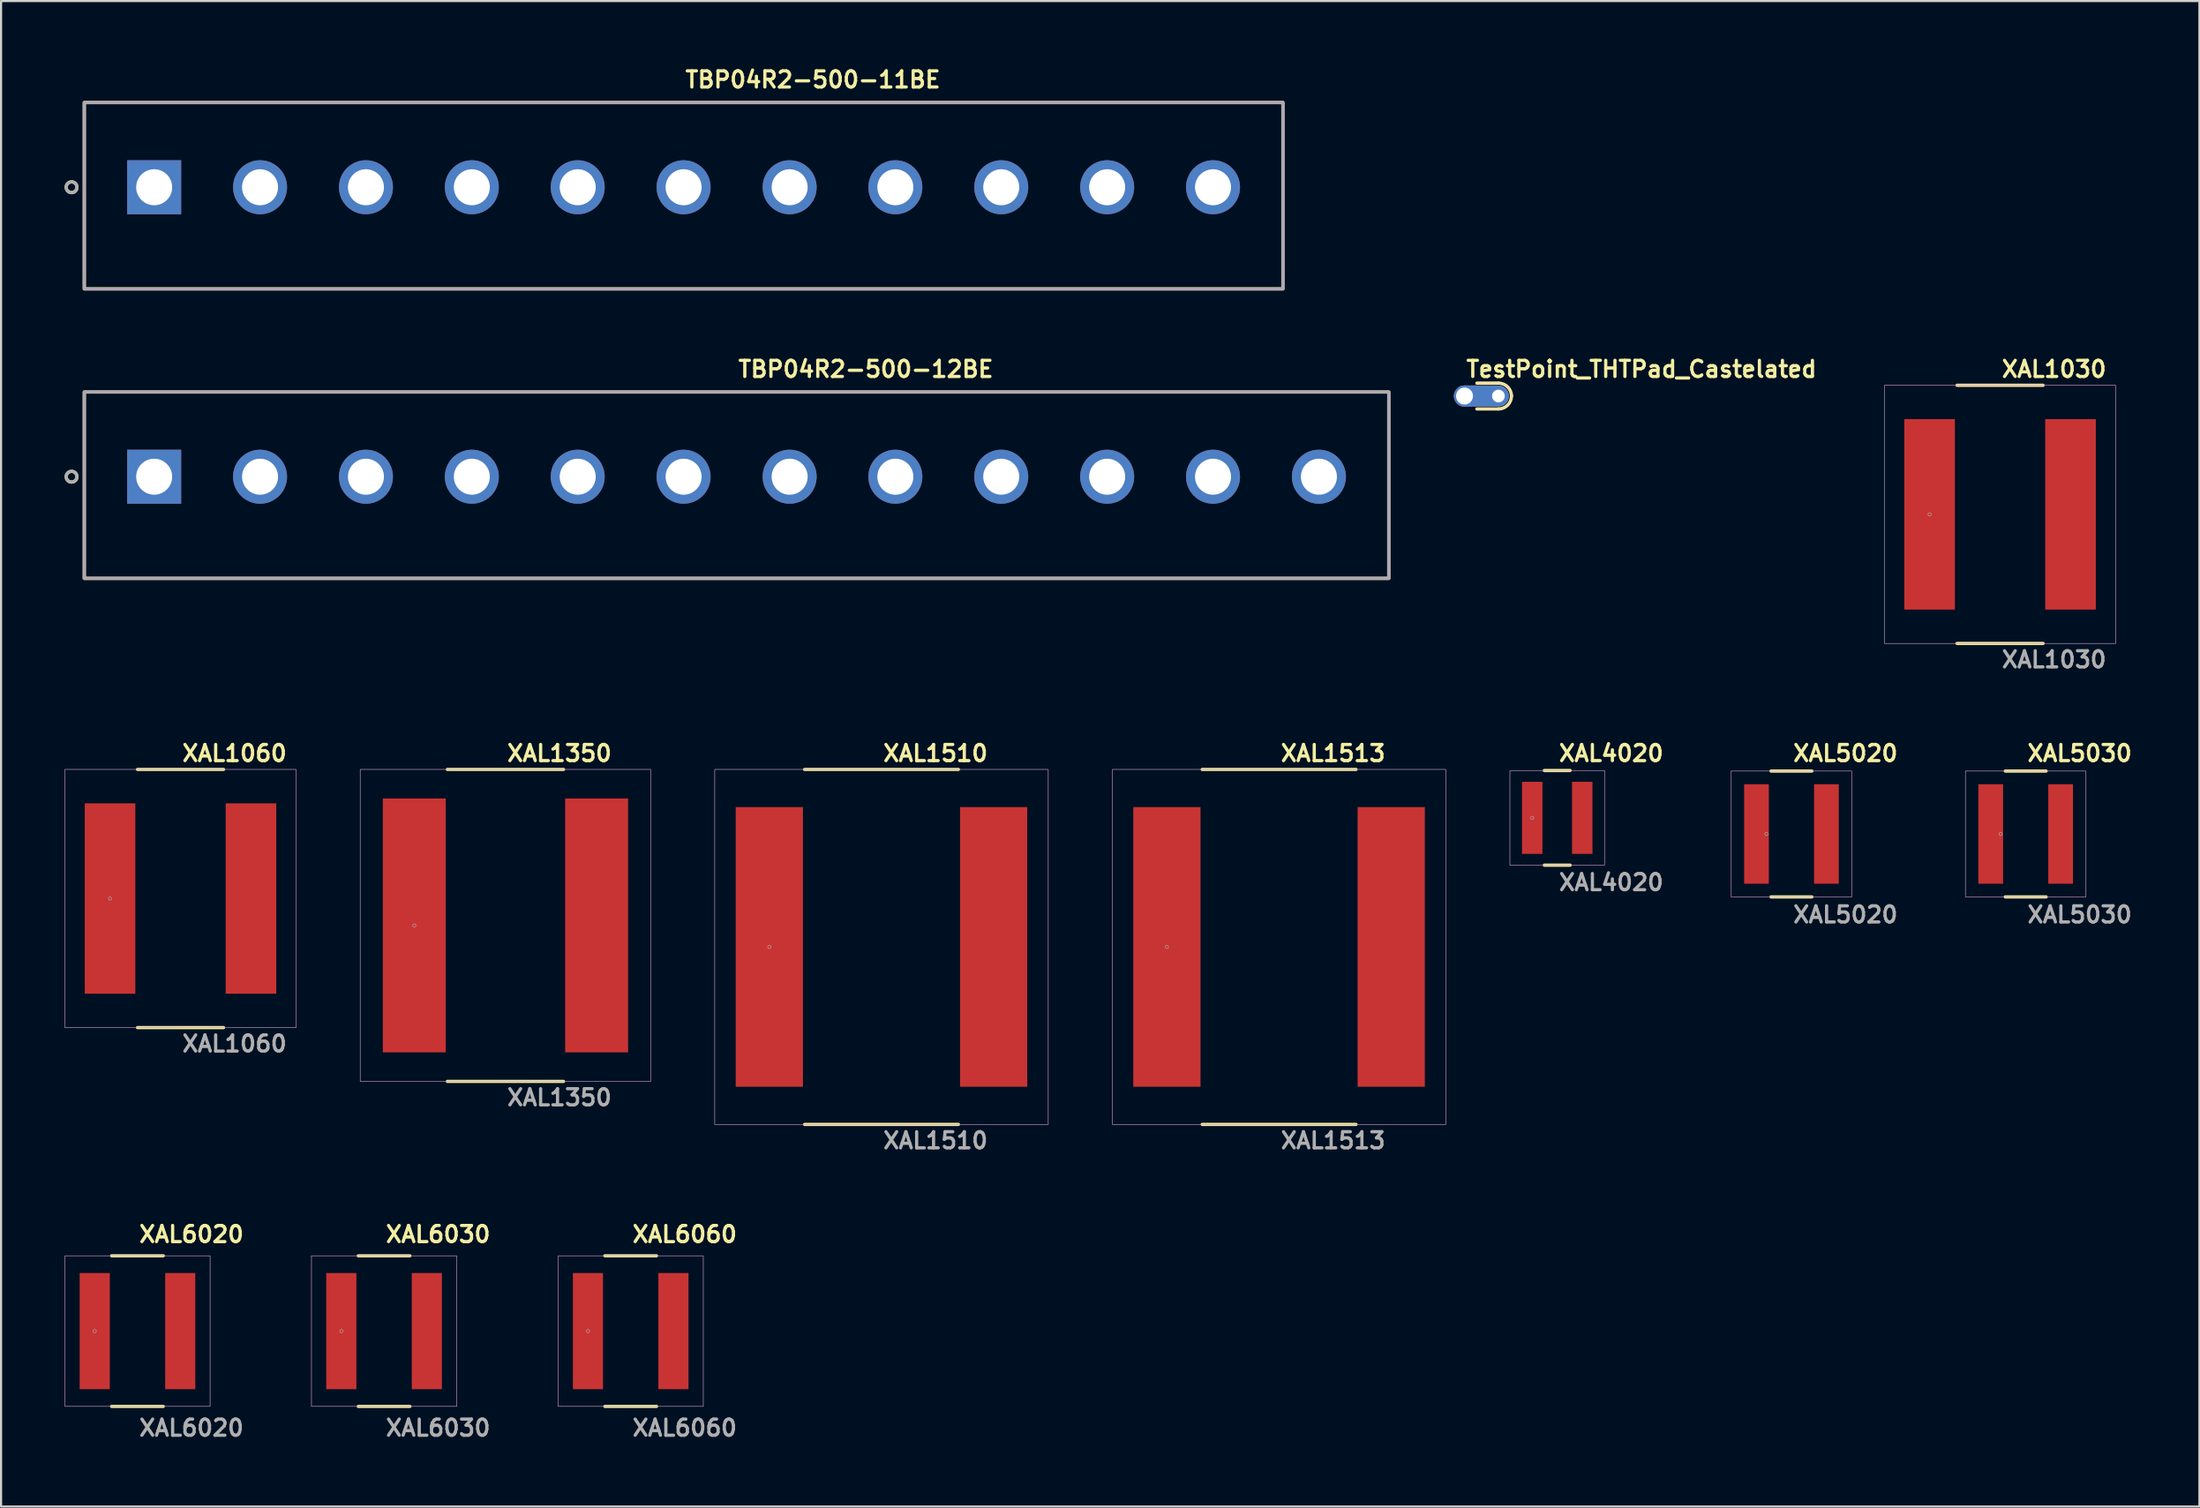
<source format=kicad_pcb>
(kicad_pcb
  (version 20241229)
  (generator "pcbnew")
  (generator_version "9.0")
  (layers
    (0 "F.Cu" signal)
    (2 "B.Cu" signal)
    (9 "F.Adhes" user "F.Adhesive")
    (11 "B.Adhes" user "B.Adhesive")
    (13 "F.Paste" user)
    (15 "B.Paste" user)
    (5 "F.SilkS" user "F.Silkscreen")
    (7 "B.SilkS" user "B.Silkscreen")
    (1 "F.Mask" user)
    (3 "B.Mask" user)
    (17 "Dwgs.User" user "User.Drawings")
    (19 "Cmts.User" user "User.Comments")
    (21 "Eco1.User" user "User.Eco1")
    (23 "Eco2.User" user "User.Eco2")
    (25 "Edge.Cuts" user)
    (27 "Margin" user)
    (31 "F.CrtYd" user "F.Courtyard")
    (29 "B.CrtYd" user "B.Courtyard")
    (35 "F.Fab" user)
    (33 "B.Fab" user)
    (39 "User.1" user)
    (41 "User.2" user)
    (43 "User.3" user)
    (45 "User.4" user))
  (footprint "XAL1510"
    (layer "F.Cu")
    (at 38.575 41.669)
    (property "Reference" "XAL1510" (at 0 -9.144 0) (unlocked yes) (layer "F.SilkS") (effects (font (size 0.762 0.762) (thickness 0.152)) (justify left)))
    (attr smd)
    (fp_line (start 3.632 -8.382) (end -3.632 -8.382) (stroke (width 0.152) (type solid)) (layer "F.SilkS"))
    (fp_line (start 3.632 8.382) (end -3.632 8.382) (stroke (width 0.152) (type solid)) (layer "F.SilkS"))
    (fp_rect (start -7.874 -8.382) (end 7.874 8.382) (stroke (width 0.006) (type default)) (fill no) (layer "F.CrtYd"))
    (fp_rect (start -7.874 -8.382) (end 7.874 8.382) (stroke (width 0.025) (type default)) (fill no) (layer "F.Fab"))
    (fp_circle (center -5.296 0) (end -5.22 0) (stroke (width 0.025) (type solid)) (fill no) (layer "F.Fab"))
    (fp_text user "${REFERENCE}" (at 0 9.144 0) (unlocked yes) (layer "F.Fab") (effects (font (size 0.762 0.762) (thickness 0.152)) (justify left)))
    (pad "1" smd rect (at -5.296 0) (size 3.175 13.208) (layers "F.Cu" "F.Mask" "F.Paste"))
    (pad "2" smd rect (at 5.296 0) (size 3.175 13.208) (layers "F.Cu" "F.Mask" "F.Paste")))
  (footprint "XAL1030"
    (layer "F.Cu")
    (at 91.395 21.241)
    (property "Reference" "XAL1030" (at 0 -6.858 0) (unlocked yes) (layer "F.SilkS") (effects (font (size 0.762 0.762) (thickness 0.152)) (justify left)))
    (attr smd)
    (fp_line (start 2.032 -6.096) (end -2.032 -6.096) (stroke (width 0.152) (type solid)) (layer "F.SilkS"))
    (fp_line (start 2.032 6.096) (end -2.032 6.096) (stroke (width 0.152) (type solid)) (layer "F.SilkS"))
    (fp_rect (start -5.461 -6.096) (end 5.461 6.096) (stroke (width 0.006) (type default)) (fill no) (layer "F.CrtYd"))
    (fp_rect (start -5.461 -6.096) (end 5.461 6.096) (stroke (width 0.025) (type default)) (fill no) (layer "F.Fab"))
    (fp_circle (center -3.327 0) (end -3.251 0) (stroke (width 0.025) (type solid)) (fill no) (layer "F.Fab"))
    (fp_text user "${REFERENCE}" (at 0 6.858 0) (unlocked yes) (layer "F.Fab") (effects (font (size 0.762 0.762) (thickness 0.152)) (justify left)))
    (pad "1" smd rect (at -3.327 0) (size 2.388 8.992) (layers "F.Cu" "F.Mask" "F.Paste"))
    (pad "2" smd rect (at 3.327 0) (size 2.388 8.992) (layers "F.Cu" "F.Mask" "F.Paste")))
  (footprint "TestPoint_THTPad_Castelated"
    (layer "F.Cu")
    (at 66.106 15.653)
    (property "Reference" "TestPoint_THTPad_Castelated" (at 0 -1.27 0) (unlocked yes) (layer "F.SilkS") (effects (font (size 0.762 0.762) (thickness 0.152)) (justify left)))
    (attr through_hole)
    (fp_line (start 0.584 0.61) (end 1.6 0.61) (stroke (width 0.152) (type default)) (layer "F.SilkS"))
    (fp_line (start 1.6 -0.61) (end 0.584 -0.61) (stroke (width 0.152) (type default)) (layer "F.SilkS"))
    (fp_arc (start 1.605683 -0.6096) (mid 2.036735 -0.431052) (end 2.215283 0) (stroke (width 0.1524) (type default)) (layer "F.SilkS"))
    (fp_arc (start 2.214876 0) (mid 2.034656 0.432548) (end 1.600627 0.609172) (stroke (width 0.1524) (type default)) (layer "F.SilkS"))
    (fp_line (start 0.508 -0.61) (end 0.508 0.61) (stroke (width 0.006) (type default)) (layer "F.CrtYd"))
    (fp_line (start 0.508 0.61) (end 1.6 0.61) (stroke (width 0.006) (type default)) (layer "F.CrtYd"))
    (fp_line (start 1.6 -0.61) (end 0.508 -0.61) (stroke (width 0.006) (type default)) (layer "F.CrtYd"))
    (fp_arc (start 1.6002 -0.6096) (mid 2.031252 -0.431052) (end 2.2098 0) (stroke (width 0.00635) (type default)) (layer "F.CrtYd"))
    (fp_arc (start 2.2098 0) (mid 2.031252 0.431052) (end 1.6002 0.6096) (stroke (width 0.00635) (type default)) (layer "F.CrtYd"))
    (pad "1" thru_hole circle (at 0 0) (size 1 1) (drill 0.8) (property pad_prop_castellated) (layers "*.Cu" "*.Mask"))
    (pad "1" thru_hole roundrect (at 1.6 0) (size 2.6 1) (drill 0.6 (offset -0.8 0)) (layers "*.Cu" "*.Mask") (roundrect_rratio 0.5)))
  (footprint "XAL4020"
    (layer "F.Cu")
    (at 70.484 35.573)
    (property "Reference" "XAL4020" (at 0 -3.048 0) (unlocked yes) (layer "F.SilkS") (effects (font (size 0.762 0.762) (thickness 0.152)) (justify left)))
    (attr smd)
    (fp_line (start -0.61 2.235) (end 0.61 2.235) (stroke (width 0.152) (type solid)) (layer "F.SilkS"))
    (fp_line (start 0.61 -2.235) (end -0.61 -2.235) (stroke (width 0.152) (type solid)) (layer "F.SilkS"))
    (fp_rect (start -2.235 -2.235) (end 2.235 2.235) (stroke (width 0.006) (type default)) (fill no) (layer "F.CrtYd"))
    (fp_rect (start -2.235 -2.235) (end 2.235 2.235) (stroke (width 0.025) (type default)) (fill no) (layer "F.Fab"))
    (fp_circle (center -1.181 0) (end -1.105 0) (stroke (width 0.025) (type solid)) (fill no) (layer "F.Fab"))
    (fp_text user "${REFERENCE}" (at 0 3.048 0) (unlocked yes) (layer "F.Fab") (effects (font (size 0.762 0.762) (thickness 0.152)) (justify left)))
    (pad "1" smd rect (at -1.181 0) (size 0.965 3.404) (layers "F.Cu" "F.Mask" "F.Paste"))
    (pad "2" smd rect (at 1.181 0) (size 0.965 3.404) (layers "F.Cu" "F.Mask" "F.Paste")))
  (footprint "TBP04R2-500-11BE"
    (layer "F.Cu")
    (at 29.23 5.793)
    (property "Reference" "TBP04R2-500-11BE" (at 0 -5.08 0) (layer "F.SilkS") (effects (font (size 0.762 0.762) (thickness 0.152)) (justify left)))
    (attr through_hole)
    (fp_rect (start -28.3 -4) (end 28.3 4.8) (stroke (width 0.152) (type default)) (fill no) (layer "F.SilkS"))
    (fp_circle (center -28.9 0) (end -28.646 0) (stroke (width 0.152) (type solid)) (fill no) (layer "F.SilkS"))
    (fp_rect (start -28.3 -4) (end 28.3 4.8) (stroke (width 0.006) (type default)) (fill no) (layer "F.CrtYd"))
    (fp_rect (start -28.3 -4) (end 28.3 4.8) (stroke (width 0.152) (type default)) (fill no) (layer "F.Fab"))
    (fp_circle (center -28.9 0) (end -28.646 0) (stroke (width 0.152) (type solid)) (fill no) (layer "F.Fab"))
    (pad "1" thru_hole rect (at -25 0) (size 2.55 2.55) (drill 1.7) (layers "*.Cu" "*.Mask"))
    (pad "2" thru_hole circle (at -20 0) (size 2.55 2.55) (drill 1.7) (layers "*.Cu" "*.Mask"))
    (pad "3" thru_hole circle (at -15 0) (size 2.55 2.55) (drill 1.7) (layers "*.Cu" "*.Mask"))
    (pad "4" thru_hole circle (at -10 0) (size 2.55 2.55) (drill 1.7) (layers "*.Cu" "*.Mask"))
    (pad "5" thru_hole circle (at -5 0) (size 2.55 2.55) (drill 1.7) (layers "*.Cu" "*.Mask"))
    (pad "6" thru_hole circle (at 0 0) (size 2.55 2.55) (drill 1.7) (layers "*.Cu" "*.Mask"))
    (pad "7" thru_hole circle (at 5.008 0) (size 2.55 2.55) (drill 1.7) (layers "*.Cu" "*.Mask"))
    (pad "8" thru_hole circle (at 10 0) (size 2.55 2.55) (drill 1.7) (layers "*.Cu" "*.Mask"))
    (pad "9" thru_hole circle (at 15 0) (size 2.55 2.55) (drill 1.7) (layers "*.Cu" "*.Mask"))
    (pad "10" thru_hole circle (at 20.001 0) (size 2.55 2.55) (drill 1.7) (layers "*.Cu" "*.Mask"))
    (pad "11" thru_hole circle (at 25 0) (size 2.55 2.55) (drill 1.7) (layers "*.Cu" "*.Mask")))
  (footprint "XAL6020"
    (layer "F.Cu")
    (at 3.442 59.812)
    (property "Reference" "XAL6020" (at 0 -4.572 0) (unlocked yes) (layer "F.SilkS") (effects (font (size 0.762 0.762) (thickness 0.152)) (justify left)))
    (attr smd)
    (fp_line (start 1.219 -3.556) (end -1.219 -3.556) (stroke (width 0.152) (type solid)) (layer "F.SilkS"))
    (fp_line (start 1.219 3.556) (end -1.219 3.556) (stroke (width 0.152) (type solid)) (layer "F.SilkS"))
    (fp_rect (start -3.429 -3.556) (end 3.429 3.556) (stroke (width 0.006) (type default)) (fill no) (layer "F.CrtYd"))
    (fp_rect (start -3.429 -3.556) (end 3.429 3.556) (stroke (width 0.025) (type default)) (fill no) (layer "F.Fab"))
    (fp_circle (center -2.019 0) (end -1.943 0) (stroke (width 0.025) (type solid)) (fill no) (layer "F.Fab"))
    (fp_text user "${REFERENCE}" (at 0 4.572 0) (unlocked yes) (layer "F.Fab") (effects (font (size 0.762 0.762) (thickness 0.152)) (justify left)))
    (pad "1" smd rect (at -2.019 0) (size 1.422 5.486) (layers "F.Cu" "F.Mask" "F.Paste"))
    (pad "2" smd rect (at 2.019 0) (size 1.422 5.486) (layers "F.Cu" "F.Mask" "F.Paste")))
  (footprint "XAL1350"
    (layer "F.Cu")
    (at 20.818 40.653)
    (property "Reference" "XAL1350" (at 0 -8.128 0) (unlocked yes) (layer "F.SilkS") (effects (font (size 0.762 0.762) (thickness 0.152)) (justify left)))
    (attr smd)
    (fp_line (start 2.743 -7.366) (end -2.743 -7.366) (stroke (width 0.152) (type solid)) (layer "F.SilkS"))
    (fp_line (start 2.743 7.366) (end -2.743 7.366) (stroke (width 0.152) (type solid)) (layer "F.SilkS"))
    (fp_rect (start -6.858 -7.366) (end 6.858 7.366) (stroke (width 0.006) (type default)) (fill no) (layer "F.CrtYd"))
    (fp_rect (start -6.858 -7.366) (end 6.858 7.366) (stroke (width 0.025) (type default)) (fill no) (layer "F.Fab"))
    (fp_circle (center -4.305 0) (end -4.229 0) (stroke (width 0.025) (type solid)) (fill no) (layer "F.Fab"))
    (fp_text user "${REFERENCE}" (at 0 8.128 0) (unlocked yes) (layer "F.Fab") (effects (font (size 0.762 0.762) (thickness 0.152)) (justify left)))
    (pad "1" smd rect (at -4.305 0) (size 2.972 11.989) (layers "F.Cu" "F.Mask" "F.Paste"))
    (pad "2" smd rect (at 4.305 0) (size 2.972 11.989) (layers "F.Cu" "F.Mask" "F.Paste")))
  (footprint "TBP04R2-500-12BE"
    (layer "F.Cu")
    (at 31.73 19.463)
    (property "Reference" "TBP04R2-500-12BE" (at 0 -5.08 0) (layer "F.SilkS") (effects (font (size 0.762 0.762) (thickness 0.152)) (justify left)))
    (attr through_hole)
    (fp_rect (start -30.8 -4) (end 30.8 4.8) (stroke (width 0.152) (type default)) (fill no) (layer "F.SilkS"))
    (fp_circle (center -31.4 0) (end -31.146 0) (stroke (width 0.152) (type solid)) (fill no) (layer "F.SilkS"))
    (fp_rect (start -30.8 -4) (end 30.8 4.8) (stroke (width 0.006) (type default)) (fill no) (layer "F.CrtYd"))
    (fp_rect (start -30.8 -4) (end 30.8 4.8) (stroke (width 0.152) (type default)) (fill no) (layer "F.Fab"))
    (fp_circle (center -31.4 0) (end -31.146 0) (stroke (width 0.152) (type solid)) (fill no) (layer "F.Fab"))
    (pad "1" thru_hole rect (at -27.5 0) (size 2.55 2.55) (drill 1.7) (layers "*.Cu" "*.Mask"))
    (pad "2" thru_hole circle (at -22.5 0) (size 2.55 2.55) (drill 1.7) (layers "*.Cu" "*.Mask"))
    (pad "3" thru_hole circle (at -17.5 0) (size 2.55 2.55) (drill 1.7) (layers "*.Cu" "*.Mask"))
    (pad "4" thru_hole circle (at -12.5 0) (size 2.55 2.55) (drill 1.7) (layers "*.Cu" "*.Mask"))
    (pad "5" thru_hole circle (at -7.5 0) (size 2.55 2.55) (drill 1.7) (layers "*.Cu" "*.Mask"))
    (pad "6" thru_hole circle (at -2.5 0) (size 2.55 2.55) (drill 1.7) (layers "*.Cu" "*.Mask"))
    (pad "7" thru_hole circle (at 2.508 0) (size 2.55 2.55) (drill 1.7) (layers "*.Cu" "*.Mask"))
    (pad "8" thru_hole circle (at 7.5 0) (size 2.55 2.55) (drill 1.7) (layers "*.Cu" "*.Mask"))
    (pad "9" thru_hole circle (at 12.5 0) (size 2.55 2.55) (drill 1.7) (layers "*.Cu" "*.Mask"))
    (pad "10" thru_hole circle (at 17.501 0) (size 2.55 2.55) (drill 1.7) (layers "*.Cu" "*.Mask"))
    (pad "11" thru_hole circle (at 22.5 0) (size 2.55 2.55) (drill 1.7) (layers "*.Cu" "*.Mask"))
    (pad "12" thru_hole circle (at 27.5 0) (size 2.55 2.55) (drill 1.7) (layers "*.Cu" "*.Mask")))
  (footprint "XAL6030"
    (layer "F.Cu")
    (at 15.087 59.812)
    (property "Reference" "XAL6030" (at 0 -4.572 0) (unlocked yes) (layer "F.SilkS") (effects (font (size 0.762 0.762) (thickness 0.152)) (justify left)))
    (attr smd)
    (fp_line (start 1.219 -3.556) (end -1.219 -3.556) (stroke (width 0.152) (type solid)) (layer "F.SilkS"))
    (fp_line (start 1.219 3.556) (end -1.219 3.556) (stroke (width 0.152) (type solid)) (layer "F.SilkS"))
    (fp_rect (start -3.429 -3.556) (end 3.429 3.556) (stroke (width 0.006) (type default)) (fill no) (layer "F.CrtYd"))
    (fp_rect (start -3.429 -3.556) (end 3.429 3.556) (stroke (width 0.025) (type default)) (fill no) (layer "F.Fab"))
    (fp_circle (center -2.019 0) (end -1.943 0) (stroke (width 0.025) (type solid)) (fill no) (layer "F.Fab"))
    (fp_text user "${REFERENCE}" (at 0 4.572 0) (unlocked yes) (layer "F.Fab") (effects (font (size 0.762 0.762) (thickness 0.152)) (justify left)))
    (pad "1" smd rect (at -2.019 0) (size 1.422 5.486) (layers "F.Cu" "F.Mask" "F.Paste"))
    (pad "2" smd rect (at 2.019 0) (size 1.422 5.486) (layers "F.Cu" "F.Mask" "F.Paste")))
  (footprint "XAL5020"
    (layer "F.Cu")
    (at 81.544 36.335)
    (property "Reference" "XAL5020" (at 0 -3.81 0) (unlocked yes) (layer "F.SilkS") (effects (font (size 0.762 0.762) (thickness 0.152)) (justify left)))
    (attr smd)
    (fp_line (start 0.965 -2.972) (end -0.965 -2.972) (stroke (width 0.152) (type solid)) (layer "F.SilkS"))
    (fp_line (start 0.965 2.972) (end -0.965 2.972) (stroke (width 0.152) (type solid)) (layer "F.SilkS"))
    (fp_rect (start -2.845 -2.972) (end 2.845 2.972) (stroke (width 0.006) (type default)) (fill no) (layer "F.CrtYd"))
    (fp_rect (start -2.845 -2.972) (end 2.845 2.972) (stroke (width 0.025) (type default)) (fill no) (layer "F.Fab"))
    (fp_circle (center -1.181 0) (end -1.105 0) (stroke (width 0.025) (type solid)) (fill no) (layer "F.Fab"))
    (fp_text user "${REFERENCE}" (at 0 3.81 0) (unlocked yes) (layer "F.Fab") (effects (font (size 0.762 0.762) (thickness 0.152)) (justify left)))
    (pad "1" smd rect (at -1.651 0) (size 1.168 4.699) (layers "F.Cu" "F.Mask" "F.Paste"))
    (pad "2" smd rect (at 1.651 0) (size 1.168 4.699) (layers "F.Cu" "F.Mask" "F.Paste")))
  (footprint "XAL1060"
    (layer "F.Cu")
    (at 5.474 39.383)
    (property "Reference" "XAL1060" (at 0 -6.858 0) (unlocked yes) (layer "F.SilkS") (effects (font (size 0.762 0.762) (thickness 0.152)) (justify left)))
    (attr smd)
    (fp_line (start 2.032 -6.096) (end -2.032 -6.096) (stroke (width 0.152) (type solid)) (layer "F.SilkS"))
    (fp_line (start 2.032 6.096) (end -2.032 6.096) (stroke (width 0.152) (type solid)) (layer "F.SilkS"))
    (fp_rect (start -5.461 -6.096) (end 5.461 6.096) (stroke (width 0.006) (type default)) (fill no) (layer "F.CrtYd"))
    (fp_rect (start -5.461 -6.096) (end 5.461 6.096) (stroke (width 0.025) (type default)) (fill no) (layer "F.Fab"))
    (fp_circle (center -3.327 0) (end -3.251 0) (stroke (width 0.025) (type solid)) (fill no) (layer "F.Fab"))
    (fp_text user "${REFERENCE}" (at 0 6.858 0) (unlocked yes) (layer "F.Fab") (effects (font (size 0.762 0.762) (thickness 0.152)) (justify left)))
    (pad "1" smd rect (at -3.327 0) (size 2.388 8.992) (layers "F.Cu" "F.Mask" "F.Paste"))
    (pad "2" smd rect (at 3.327 0) (size 2.388 8.992) (layers "F.Cu" "F.Mask" "F.Paste")))
  (footprint "XAL5030"
    (layer "F.Cu")
    (at 92.605 36.335)
    (property "Reference" "XAL5030" (at 0 -3.81 0) (unlocked yes) (layer "F.SilkS") (effects (font (size 0.762 0.762) (thickness 0.152)) (justify left)))
    (attr smd)
    (fp_line (start 0.965 -2.972) (end -0.965 -2.972) (stroke (width 0.152) (type solid)) (layer "F.SilkS"))
    (fp_line (start 0.965 2.972) (end -0.965 2.972) (stroke (width 0.152) (type solid)) (layer "F.SilkS"))
    (fp_rect (start -2.845 -2.972) (end 2.845 2.972) (stroke (width 0.006) (type default)) (fill no) (layer "F.CrtYd"))
    (fp_rect (start -2.845 -2.972) (end 2.845 2.972) (stroke (width 0.025) (type default)) (fill no) (layer "F.Fab"))
    (fp_circle (center -1.181 0) (end -1.105 0) (stroke (width 0.025) (type solid)) (fill no) (layer "F.Fab"))
    (fp_text user "${REFERENCE}" (at 0 3.81 0) (unlocked yes) (layer "F.Fab") (effects (font (size 0.762 0.762) (thickness 0.152)) (justify left)))
    (pad "1" smd rect (at -1.651 0) (size 1.168 4.699) (layers "F.Cu" "F.Mask" "F.Paste"))
    (pad "2" smd rect (at 1.651 0) (size 1.168 4.699) (layers "F.Cu" "F.Mask" "F.Paste")))
  (footprint "XAL6060"
    (layer "F.Cu")
    (at 26.732 59.812)
    (property "Reference" "XAL6060" (at 0 -4.572 0) (unlocked yes) (layer "F.SilkS") (effects (font (size 0.762 0.762) (thickness 0.152)) (justify left)))
    (attr smd)
    (fp_line (start 1.219 -3.556) (end -1.219 -3.556) (stroke (width 0.152) (type solid)) (layer "F.SilkS"))
    (fp_line (start 1.219 3.556) (end -1.219 3.556) (stroke (width 0.152) (type solid)) (layer "F.SilkS"))
    (fp_rect (start -3.429 -3.556) (end 3.429 3.556) (stroke (width 0.006) (type default)) (fill no) (layer "F.CrtYd"))
    (fp_rect (start -3.429 -3.556) (end 3.429 3.556) (stroke (width 0.025) (type default)) (fill no) (layer "F.Fab"))
    (fp_circle (center -2.019 0) (end -1.943 0) (stroke (width 0.025) (type solid)) (fill no) (layer "F.Fab"))
    (fp_text user "${REFERENCE}" (at 0 4.572 0) (unlocked yes) (layer "F.Fab") (effects (font (size 0.762 0.762) (thickness 0.152)) (justify left)))
    (pad "1" smd rect (at -2.019 0) (size 1.422 5.486) (layers "F.Cu" "F.Mask" "F.Paste"))
    (pad "2" smd rect (at 2.019 0) (size 1.422 5.486) (layers "F.Cu" "F.Mask" "F.Paste")))
  (footprint "XAL1513"
    (layer "F.Cu")
    (at 57.349 41.669)
    (property "Reference" "XAL1513" (at 0 -9.144 0) (unlocked yes) (layer "F.SilkS") (effects (font (size 0.762 0.762) (thickness 0.152)) (justify left)))
    (attr smd)
    (fp_line (start 3.632 -8.382) (end -3.632 -8.382) (stroke (width 0.152) (type solid)) (layer "F.SilkS"))
    (fp_line (start 3.632 8.382) (end -3.632 8.382) (stroke (width 0.152) (type solid)) (layer "F.SilkS"))
    (fp_rect (start -7.874 -8.382) (end 7.874 8.382) (stroke (width 0.006) (type default)) (fill no) (layer "F.CrtYd"))
    (fp_rect (start -7.874 -8.382) (end 7.874 8.382) (stroke (width 0.025) (type default)) (fill no) (layer "F.Fab"))
    (fp_circle (center -5.296 0) (end -5.22 0) (stroke (width 0.025) (type solid)) (fill no) (layer "F.Fab"))
    (fp_text user "${REFERENCE}" (at 0 9.144 0) (unlocked yes) (layer "F.Fab") (effects (font (size 0.762 0.762) (thickness 0.152)) (justify left)))
    (pad "1" smd rect (at -5.296 0) (size 3.175 13.208) (layers "F.Cu" "F.Mask" "F.Paste"))
    (pad "2" smd rect (at 5.296 0) (size 3.175 13.208) (layers "F.Cu" "F.Mask" "F.Paste")))
  (gr_rect
    (start -3 -3)
    (end 100.809 68.097)
    (stroke (width 0.1) (type default))
    (fill no)
    (layer "Edge.Cuts")))
</source>
